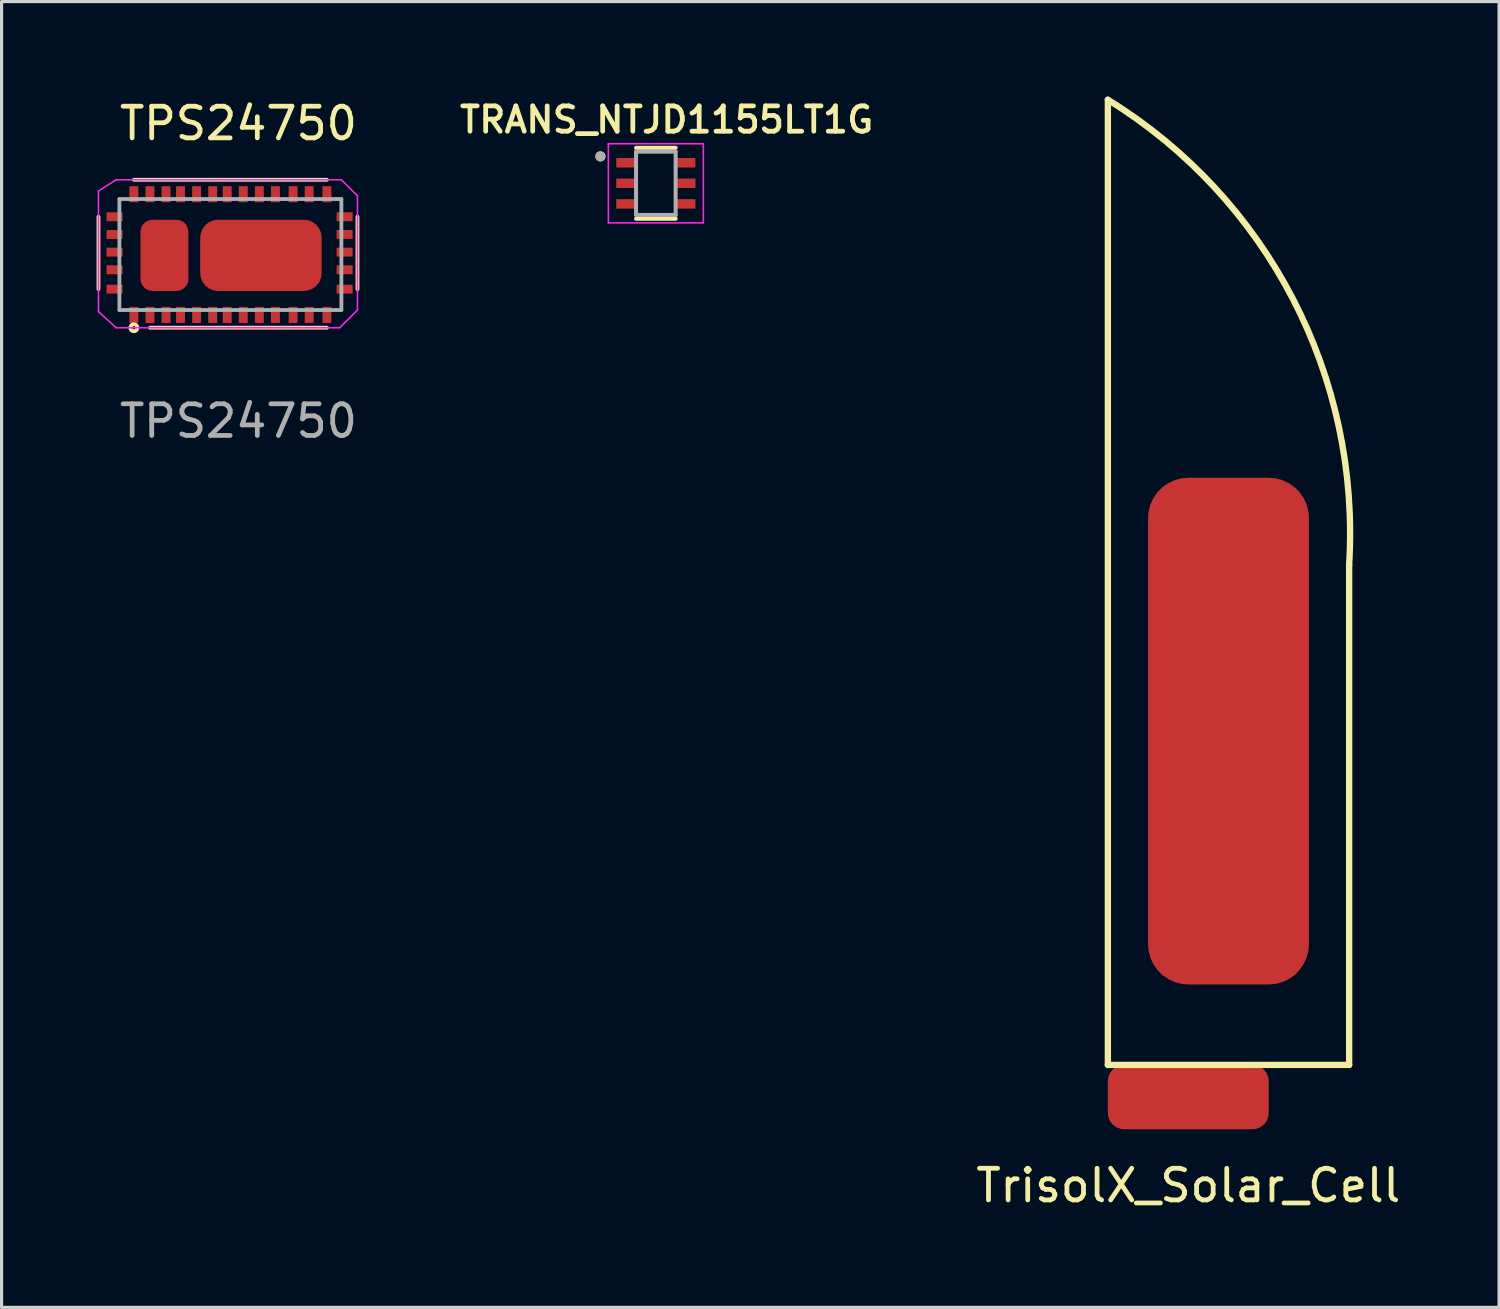
<source format=kicad_pcb>
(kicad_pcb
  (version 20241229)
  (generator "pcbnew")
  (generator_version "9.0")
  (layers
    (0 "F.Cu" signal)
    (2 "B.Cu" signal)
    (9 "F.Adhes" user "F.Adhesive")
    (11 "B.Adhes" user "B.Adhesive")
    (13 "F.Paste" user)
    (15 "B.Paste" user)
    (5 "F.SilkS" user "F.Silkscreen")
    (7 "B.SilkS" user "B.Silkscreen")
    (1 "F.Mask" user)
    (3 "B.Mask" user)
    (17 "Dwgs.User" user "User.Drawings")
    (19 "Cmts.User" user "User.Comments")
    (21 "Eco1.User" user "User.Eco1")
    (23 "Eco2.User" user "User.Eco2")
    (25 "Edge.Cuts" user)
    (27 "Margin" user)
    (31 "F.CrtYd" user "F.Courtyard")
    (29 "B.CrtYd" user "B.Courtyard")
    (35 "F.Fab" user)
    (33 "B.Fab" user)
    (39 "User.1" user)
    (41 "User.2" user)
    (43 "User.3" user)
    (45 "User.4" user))
  (footprint "TRANS_NTJD1155LT1G"
    (layer "F.Cu")
    (at 17.662 2.739)
    (property "Reference" "TRANS_NTJD1155LT1G" (at 0.34 -2.008 0) (layer "F.SilkS") (effects (font (size 0.8 0.8) (thickness 0.15))))
    (attr smd)
    (fp_line (start -0.625 -1.12) (end 0.625 -1.12) (stroke (width 0.127) (type solid)) (layer "F.SilkS"))
    (fp_line (start 0.625 1.12) (end -0.625 1.12) (stroke (width 0.127) (type solid)) (layer "F.SilkS"))
    (fp_circle (center -1.75 -0.85) (end -1.67 -0.85) (stroke (width 0.16) (type solid)) (fill no) (layer "F.SilkS"))
    (fp_line (start -1.5 -1.25) (end 1.5 -1.25) (stroke (width 0.05) (type solid)) (layer "F.CrtYd"))
    (fp_line (start -1.5 1.25) (end -1.5 -1.25) (stroke (width 0.05) (type solid)) (layer "F.CrtYd"))
    (fp_line (start 1.5 -1.25) (end 1.5 1.25) (stroke (width 0.05) (type solid)) (layer "F.CrtYd"))
    (fp_line (start 1.5 1.25) (end -1.5 1.25) (stroke (width 0.05) (type solid)) (layer "F.CrtYd"))
    (fp_line (start -0.625 -1) (end 0.625 -1) (stroke (width 0.127) (type solid)) (layer "F.Fab"))
    (fp_line (start -0.625 1) (end -0.625 -1) (stroke (width 0.127) (type solid)) (layer "F.Fab"))
    (fp_line (start 0.625 -1) (end 0.625 1) (stroke (width 0.127) (type solid)) (layer "F.Fab"))
    (fp_line (start 0.625 1) (end -0.625 1) (stroke (width 0.127) (type solid)) (layer "F.Fab"))
    (fp_circle (center -1.75 -0.85) (end -1.67 -0.85) (stroke (width 0.16) (type solid)) (fill no) (layer "F.Fab"))
    (pad "1" smd rect (at -0.92 -0.65) (size 0.66 0.3) (layers "F.Cu" "F.Mask" "F.Paste"))
    (pad "2" smd rect (at -0.92 0) (size 0.66 0.3) (layers "F.Cu" "F.Mask" "F.Paste"))
    (pad "3" smd rect (at -0.92 0.65) (size 0.66 0.3) (layers "F.Cu" "F.Mask" "F.Paste"))
    (pad "4" smd rect (at 0.92 0.65) (size 0.66 0.3) (layers "F.Cu" "F.Mask" "F.Paste"))
    (pad "5" smd rect (at 0.92 0) (size 0.66 0.3) (layers "F.Cu" "F.Mask" "F.Paste"))
    (pad "6" smd rect (at 0.92 -0.65) (size 0.66 0.3) (layers "F.Cu" "F.Mask" "F.Paste")))
  (footprint "TPS24750"
    (layer "F.Cu")
    (at 4.48 4.811)
    (property "Reference" "TPS24750" (at 0 -3.962 0) (unlocked yes) (layer "F.SilkS") (effects (font (size 1 1) (thickness 0.15))))
    (attr smd)
    (fp_line (start -4.42 1.27) (end -4.42 -1.016) (stroke (width 0.12) (type solid)) (layer "F.SilkS"))
    (fp_line (start -3.302 -2.184) (end 2.794 -2.184) (stroke (width 0.12) (type solid)) (layer "F.SilkS"))
    (fp_line (start -2.794 2.489) (end 2.794 2.489) (stroke (width 0.12) (type solid)) (layer "F.SilkS"))
    (fp_line (start 3.759 -1.016) (end 3.759 1.27) (stroke (width 0.12) (type solid)) (layer "F.SilkS"))
    (fp_circle (center -3.302 2.489) (end -3.353 2.489) (stroke (width 0.12) (type solid)) (fill no) (layer "F.SilkS"))
    (fp_line (start -4.42 -1.829) (end -3.861 -2.184) (stroke (width 0.05) (type solid)) (layer "F.CrtYd"))
    (fp_line (start -4.42 1.676) (end -4.42 -1.829) (stroke (width 0.05) (type solid)) (layer "F.CrtYd"))
    (fp_line (start -4.42 1.981) (end -4.42 1.676) (stroke (width 0.05) (type solid)) (layer "F.CrtYd"))
    (fp_line (start -3.861 -2.184) (end 3.251 -2.184) (stroke (width 0.05) (type solid)) (layer "F.CrtYd"))
    (fp_line (start -3.861 2.489) (end -4.42 1.981) (stroke (width 0.05) (type solid)) (layer "F.CrtYd"))
    (fp_line (start 3.2 2.489) (end -3.861 2.489) (stroke (width 0.05) (type solid)) (layer "F.CrtYd"))
    (fp_line (start 3.251 -2.184) (end 3.759 -1.676) (stroke (width 0.05) (type solid)) (layer "F.CrtYd"))
    (fp_line (start 3.759 -1.676) (end 3.759 1.93) (stroke (width 0.05) (type solid)) (layer "F.CrtYd"))
    (fp_line (start 3.759 1.93) (end 3.2 2.489) (stroke (width 0.05) (type solid)) (layer "F.CrtYd"))
    (fp_line (start -3.759 -1.575) (end 3.251 -1.575) (stroke (width 0.12) (type solid)) (layer "F.Fab"))
    (fp_line (start -3.759 1.93) (end -3.759 -1.575) (stroke (width 0.12) (type solid)) (layer "F.Fab"))
    (fp_line (start 3.251 -1.575) (end 3.251 1.93) (stroke (width 0.12) (type solid)) (layer "F.Fab"))
    (fp_line (start 3.251 1.93) (end -3.759 1.93) (stroke (width 0.12) (type solid)) (layer "F.Fab"))
    (fp_text user "${REFERENCE}" (at 0 5.436 0) (unlocked yes) (layer "F.Fab") (effects (font (size 1 1) (thickness 0.15))))
    (pad "1" smd roundrect (at -3.302 2.083 90) (size 0.507 0.282) (layers "F.Cu" "F.Mask" "F.Paste") (roundrect_rratio 0.03))
    (pad "2" smd roundrect (at -2.794 2.083 90) (size 0.507 0.282) (layers "F.Cu" "F.Mask" "F.Paste") (roundrect_rratio 0.03))
    (pad "3" smd roundrect (at -2.286 2.083 90) (size 0.507 0.282) (layers "F.Cu" "F.Mask" "F.Paste") (roundrect_rratio 0.03))
    (pad "4" smd roundrect (at -1.829 2.083 90) (size 0.507 0.282) (layers "F.Cu" "F.Mask" "F.Paste") (roundrect_rratio 0.03))
    (pad "5" smd roundrect (at -1.321 2.083 90) (size 0.507 0.282) (layers "F.Cu" "F.Mask" "F.Paste") (roundrect_rratio 0.03))
    (pad "6" smd roundrect (at -0.813 2.083 90) (size 0.507 0.282) (layers "F.Cu" "F.Mask" "F.Paste") (roundrect_rratio 0.03))
    (pad "7" smd roundrect (at -0.356 2.083 90) (size 0.507 0.282) (layers "F.Cu" "F.Mask" "F.Paste") (roundrect_rratio 0.03))
    (pad "8" smd roundrect (at 0.152 2.083 90) (size 0.507 0.282) (layers "F.Cu" "F.Mask" "F.Paste") (roundrect_rratio 0.03))
    (pad "9" smd roundrect (at 0.66 2.083 90) (size 0.507 0.282) (layers "F.Cu" "F.Mask" "F.Paste") (roundrect_rratio 0.03))
    (pad "10" smd roundrect (at 1.168 2.083 90) (size 0.507 0.282) (layers "F.Cu" "F.Mask" "F.Paste") (roundrect_rratio 0.03))
    (pad "11" smd roundrect (at 1.727 2.083 90) (size 0.507 0.282) (layers "F.Cu" "F.Mask" "F.Paste") (roundrect_rratio 0.03))
    (pad "12" smd roundrect (at 2.235 2.083 90) (size 0.507 0.282) (layers "F.Cu" "F.Mask" "F.Paste") (roundrect_rratio 0.03))
    (pad "13" smd roundrect (at 2.794 2.083 90) (size 0.507 0.282) (layers "F.Cu" "F.Mask" "F.Paste") (roundrect_rratio 0.03))
    (pad "14" smd roundrect (at 3.353 1.27 180) (size 0.507 0.282) (layers "F.Cu" "F.Mask" "F.Paste") (roundrect_rratio 0.03))
    (pad "15" smd roundrect (at 3.353 0.66 180) (size 0.507 0.282) (layers "F.Cu" "F.Mask" "F.Paste") (roundrect_rratio 0.03))
    (pad "16" smd roundrect (at 3.353 0.102 180) (size 0.507 0.282) (layers "F.Cu" "F.Mask" "F.Paste") (roundrect_rratio 0.03))
    (pad "17" smd roundrect (at 3.353 -0.457 180) (size 0.507 0.282) (layers "F.Cu" "F.Mask" "F.Paste") (roundrect_rratio 0.03))
    (pad "18" smd roundrect (at 3.353 -1.016) (size 0.507 0.282) (layers "F.Cu" "F.Mask" "F.Paste") (roundrect_rratio 0.03))
    (pad "19" smd roundrect (at 2.794 -1.727 90) (size 0.507 0.282) (layers "F.Cu" "F.Mask" "F.Paste") (roundrect_rratio 0.03))
    (pad "20" smd roundrect (at 2.235 -1.727 90) (size 0.507 0.282) (layers "F.Cu" "F.Mask" "F.Paste") (roundrect_rratio 0.03))
    (pad "21" smd roundrect (at 1.727 -1.727 90) (size 0.507 0.282) (layers "F.Cu" "F.Mask" "F.Paste") (roundrect_rratio 0.03))
    (pad "22" smd roundrect (at 1.168 -1.727 90) (size 0.507 0.282) (layers "F.Cu" "F.Mask" "F.Paste") (roundrect_rratio 0.03))
    (pad "23" smd roundrect (at 0.66 -1.727 90) (size 0.507 0.282) (layers "F.Cu" "F.Mask" "F.Paste") (roundrect_rratio 0.03))
    (pad "24" smd roundrect (at 0.152 -1.727 90) (size 0.507 0.282) (layers "F.Cu" "F.Mask" "F.Paste") (roundrect_rratio 0.03))
    (pad "25" smd roundrect (at -0.356 -1.727 90) (size 0.507 0.282) (layers "F.Cu" "F.Mask" "F.Paste") (roundrect_rratio 0.03))
    (pad "26" smd roundrect (at -0.813 -1.727 90) (size 0.507 0.282) (layers "F.Cu" "F.Mask" "F.Paste") (roundrect_rratio 0.03))
    (pad "27" smd roundrect (at -1.321 -1.727 90) (size 0.507 0.282) (layers "F.Cu" "F.Mask" "F.Paste") (roundrect_rratio 0.03))
    (pad "28" smd roundrect (at -1.829 -1.727 90) (size 0.507 0.282) (layers "F.Cu" "F.Mask" "F.Paste") (roundrect_rratio 0.03))
    (pad "29" smd roundrect (at -2.286 -1.727 90) (size 0.507 0.282) (layers "F.Cu" "F.Mask" "F.Paste") (roundrect_rratio 0.03))
    (pad "30" smd roundrect (at -2.794 -1.727 90) (size 0.507 0.282) (layers "F.Cu" "F.Mask" "F.Paste") (roundrect_rratio 0.03))
    (pad "31" smd roundrect (at -3.302 -1.727 90) (size 0.507 0.282) (layers "F.Cu" "F.Mask" "F.Paste") (roundrect_rratio 0.03))
    (pad "32" smd roundrect (at -3.912 -1.016) (size 0.507 0.282) (layers "F.Cu" "F.Mask" "F.Paste") (roundrect_rratio 0.03))
    (pad "33" smd roundrect (at -3.912 -0.457 180) (size 0.507 0.282) (layers "F.Cu" "F.Mask" "F.Paste") (roundrect_rratio 0.03))
    (pad "34" smd roundrect (at -3.912 0.102 180) (size 0.507 0.282) (layers "F.Cu" "F.Mask" "F.Paste") (roundrect_rratio 0.03))
    (pad "35" smd roundrect (at -3.912 0.66 180) (size 0.507 0.282) (layers "F.Cu" "F.Mask" "F.Paste") (roundrect_rratio 0.03))
    (pad "36" smd roundrect (at -3.912 1.27 180) (size 0.507 0.282) (layers "F.Cu" "F.Mask" "F.Paste") (roundrect_rratio 0.03))
    (pad "DRAIN" smd roundrect (at 0.711 0.203) (size 3.836 2.25) (layers "F.Cu" "F.Mask" "F.Paste") (roundrect_rratio 0.25))
    (pad "GND" smd roundrect (at -2.337 0.203) (size 1.514 2.25) (layers "F.Cu" "F.Mask" "F.Paste") (roundrect_rratio 0.25)))
  (footprint "TrisolX_Solar_Cell"
    (layer "F.Cu")
    (at 31.937 30.58)
    (property "Reference" "TrisolX_Solar_Cell" (at 2.54 3.81 0) (unlocked yes) (layer "F.SilkS") (effects (font (size 1 1) (thickness 0.15))))
    (attr smd)
    (fp_line (start 0 -30.48) (end 0 0) (stroke (width 0.2) (type solid)) (layer "F.SilkS"))
    (fp_line (start 0 0) (end 7.62 0) (stroke (width 0.2) (type solid)) (layer "F.SilkS"))
    (fp_line (start 7.62 0) (end 7.62 -15.8) (stroke (width 0.2) (type solid)) (layer "F.SilkS"))
    (fp_arc (start 0 -30.48) (mid 5.842113 -24.194816) (end 7.62 -15.8) (stroke (width 0.2) (type solid)) (layer "F.SilkS"))
    (pad "1" smd roundrect (at 2.54 1.016) (size 5.08 2.032) (layers "F.Cu" "F.Mask" "F.Paste") (roundrect_rratio 0.25))
    (pad "2" smd roundrect (at 3.81 -10.541 180) (size 5.08 16.002) (layers "F.Cu" "F.Mask" "F.Paste") (roundrect_rratio 0.25)))
  (gr_rect
    (start -3 -3)
    (end 44.292 38.238)
    (stroke (width 0.1) (type default))
    (fill no)
    (layer "Edge.Cuts")))
</source>
